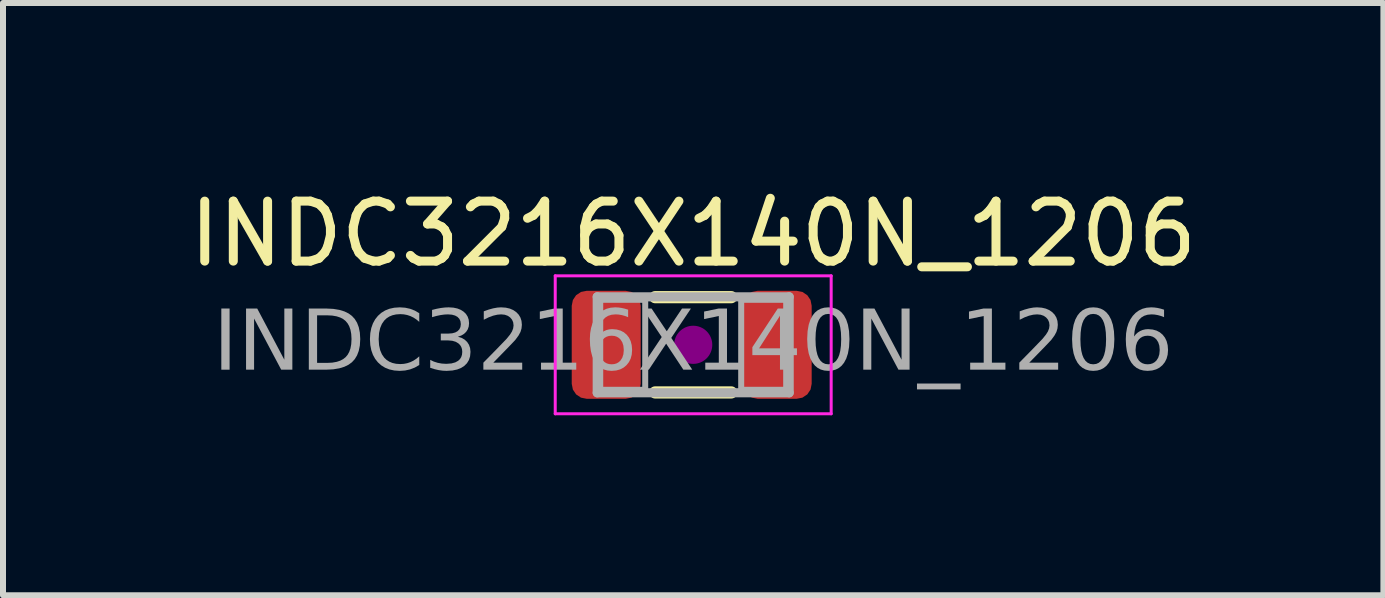
<source format=kicad_pcb>
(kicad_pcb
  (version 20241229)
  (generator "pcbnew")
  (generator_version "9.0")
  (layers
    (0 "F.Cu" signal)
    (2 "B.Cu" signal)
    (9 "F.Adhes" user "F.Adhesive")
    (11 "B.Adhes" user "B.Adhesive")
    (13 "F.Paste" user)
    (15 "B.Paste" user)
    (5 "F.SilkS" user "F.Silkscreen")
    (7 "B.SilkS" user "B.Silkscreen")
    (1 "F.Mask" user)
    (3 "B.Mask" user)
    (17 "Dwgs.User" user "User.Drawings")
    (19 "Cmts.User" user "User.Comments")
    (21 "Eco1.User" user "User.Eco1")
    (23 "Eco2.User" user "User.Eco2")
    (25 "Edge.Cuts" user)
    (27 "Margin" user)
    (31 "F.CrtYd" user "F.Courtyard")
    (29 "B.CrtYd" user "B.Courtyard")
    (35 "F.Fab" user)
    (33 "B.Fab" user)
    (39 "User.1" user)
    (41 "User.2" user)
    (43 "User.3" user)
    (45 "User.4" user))
  (footprint "INDC3216X140N_1206"
    (layer "F.Cu")
    (at 8.506 2.698)
    (property "Reference" "INDC3216X140N_1206" (at 0 -1.85 0) (layer "F.SilkS") (effects (font (size 1 1) (thickness 0.15))))
    (attr smd)
    (fp_line (start -0.635 -0.794) (end 0.635 -0.794) (stroke (width 0.203) (type solid)) (layer "F.SilkS"))
    (fp_line (start -0.635 0.794) (end 0.635 0.794) (stroke (width 0.203) (type solid)) (layer "F.SilkS"))
    (fp_circle (center 0 0) (end 0.318 0) (stroke (width 0) (type solid)) (fill yes) (layer "F.Adhes"))
    (fp_line (start -2.3 -1.15) (end 2.3 -1.15) (stroke (width 0.05) (type solid)) (layer "F.CrtYd"))
    (fp_line (start -2.3 1.15) (end -2.3 -1.15) (stroke (width 0.05) (type solid)) (layer "F.CrtYd"))
    (fp_line (start 2.3 -1.15) (end 2.3 1.15) (stroke (width 0.05) (type solid)) (layer "F.CrtYd"))
    (fp_line (start 2.3 1.15) (end -2.3 1.15) (stroke (width 0.05) (type solid)) (layer "F.CrtYd"))
    (fp_line (start -1.6 -0.8) (end 1.6 -0.8) (stroke (width 0.152) (type solid)) (layer "F.Fab"))
    (fp_line (start -1.6 0.8) (end -1.6 -0.8) (stroke (width 0.152) (type solid)) (layer "F.Fab"))
    (fp_line (start 1.6 -0.8) (end 1.6 0.8) (stroke (width 0.152) (type solid)) (layer "F.Fab"))
    (fp_line (start 1.6 0.8) (end -1.6 0.8) (stroke (width 0.152) (type solid)) (layer "F.Fab"))
    (fp_rect (start -0.8 0.75) (end -1.55 -0.75) (stroke (width 0.1) (type solid)) (fill no) (layer "F.Fab"))
    (fp_rect (start 0.8 -0.75) (end 1.55 0.75) (stroke (width 0.1) (type solid)) (fill no) (layer "F.Fab"))
    (fp_text user "${REFERENCE}" (at 0 0 0) (layer "F.Fab") (effects (font (face "Tahoma") (size 1 1) (thickness 0.15))))
    (pad "1" smd roundrect (at -1.45 0) (size 1.15 1.8) (layers "F.Cu" "F.Mask" "F.Paste") (roundrect_rratio 0.217))
    (pad "2" smd roundrect (at 1.4 0) (size 1.15 1.8) (layers "F.Cu" "F.Mask" "F.Paste") (roundrect_rratio 0.217)))
  (gr_rect
    (start -3 -3)
    (end 20.012 6.873)
    (stroke (width 0.1) (type default))
    (fill no)
    (layer "Edge.Cuts")))
</source>
